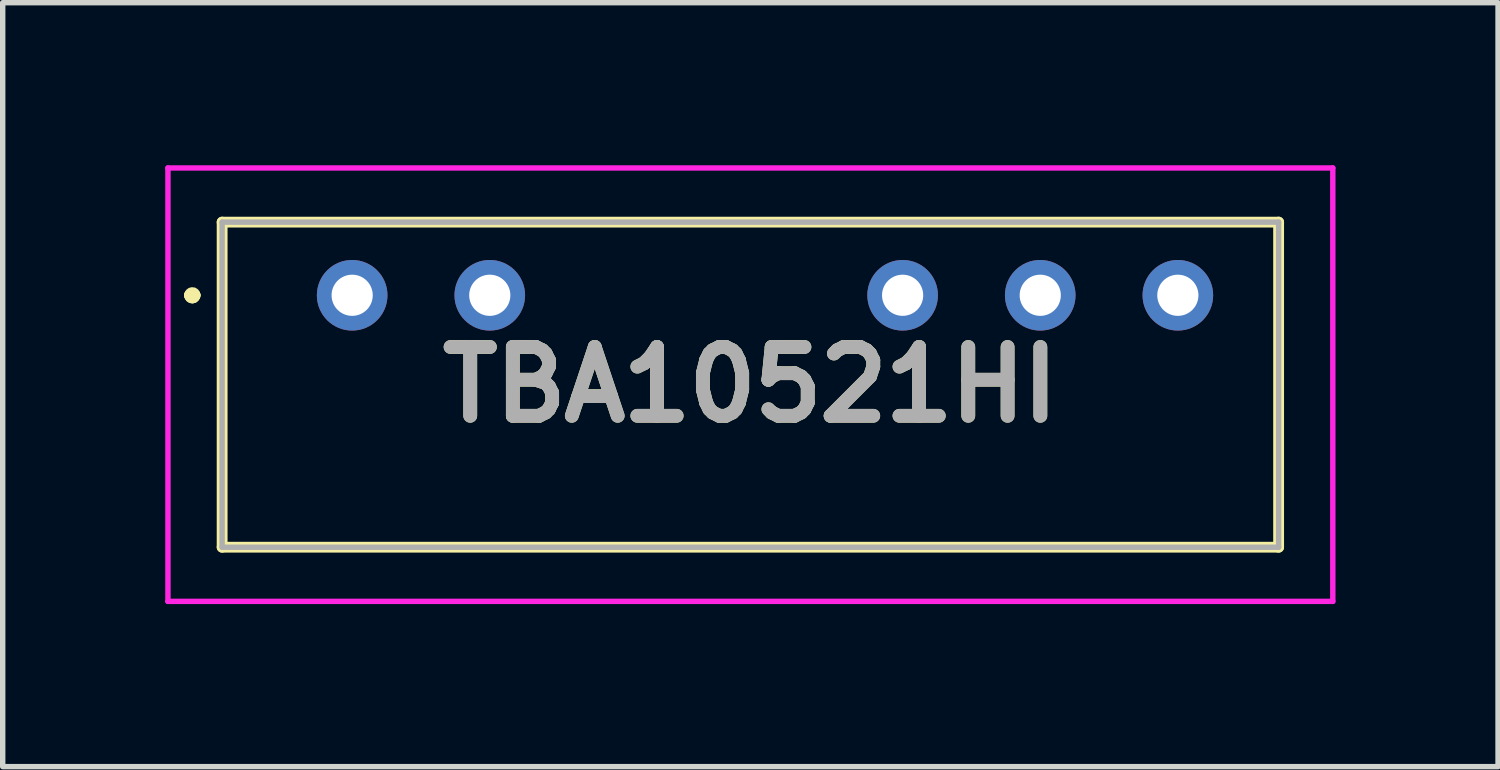
<source format=kicad_pcb>
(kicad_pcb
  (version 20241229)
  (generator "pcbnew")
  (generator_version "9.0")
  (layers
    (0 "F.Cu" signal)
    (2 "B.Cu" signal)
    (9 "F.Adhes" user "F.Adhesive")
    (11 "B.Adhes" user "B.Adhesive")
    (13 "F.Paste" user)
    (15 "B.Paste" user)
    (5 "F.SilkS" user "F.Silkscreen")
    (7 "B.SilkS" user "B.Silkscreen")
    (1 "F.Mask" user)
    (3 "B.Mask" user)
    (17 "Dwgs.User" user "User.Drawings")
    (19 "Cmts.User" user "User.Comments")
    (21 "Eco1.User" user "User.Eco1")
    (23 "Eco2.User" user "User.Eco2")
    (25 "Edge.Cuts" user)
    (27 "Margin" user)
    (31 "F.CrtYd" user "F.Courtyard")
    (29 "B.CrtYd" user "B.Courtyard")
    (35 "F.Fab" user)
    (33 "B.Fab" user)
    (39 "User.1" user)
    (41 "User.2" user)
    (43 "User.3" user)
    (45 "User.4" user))
  (footprint "TBA10521HI"
    (layer "F.Cu")
    (at 3.45 2.4)
    (property "Reference" "TBA10521HI" (at 7.35 1.65 0) (layer "F.SilkS") (effects (font (size 1.27 1.27) (thickness 0.254))))
    (attr through_hole)
    (fp_line (start -3 0) (end -3 0) (stroke (width 0.2) (type solid)) (layer "F.SilkS"))
    (fp_line (start -3 0) (end -3 0) (stroke (width 0.2) (type solid)) (layer "F.SilkS"))
    (fp_line (start -2.9 0) (end -2.9 0) (stroke (width 0.2) (type solid)) (layer "F.SilkS"))
    (fp_line (start -2.4 -1.35) (end 17.1 -1.35) (stroke (width 0.2) (type solid)) (layer "F.SilkS"))
    (fp_line (start -2.4 4.65) (end -2.4 -1.35) (stroke (width 0.2) (type solid)) (layer "F.SilkS"))
    (fp_line (start 17.1 -1.35) (end 17.1 4.65) (stroke (width 0.2) (type solid)) (layer "F.SilkS"))
    (fp_line (start 17.1 4.65) (end -2.4 4.65) (stroke (width 0.2) (type solid)) (layer "F.SilkS"))
    (fp_arc (start -3 0) (mid -2.95 -0.05) (end -2.9 0) (stroke (width 0.2) (type solid)) (layer "F.SilkS"))
    (fp_arc (start -2.9 0) (mid -2.95 0.05) (end -3 0) (stroke (width 0.2) (type solid)) (layer "F.SilkS"))
    (fp_arc (start -2.9 0) (mid -2.95 0.05) (end -3 0) (stroke (width 0.2) (type solid)) (layer "F.SilkS"))
    (fp_line (start -3.4 -2.35) (end -3.4 5.65) (stroke (width 0.1) (type solid)) (layer "F.CrtYd"))
    (fp_line (start -3.4 5.65) (end 18.1 5.65) (stroke (width 0.1) (type solid)) (layer "F.CrtYd"))
    (fp_line (start 18.1 -2.35) (end -3.4 -2.35) (stroke (width 0.1) (type solid)) (layer "F.CrtYd"))
    (fp_line (start 18.1 5.65) (end 18.1 -2.35) (stroke (width 0.1) (type solid)) (layer "F.CrtYd"))
    (fp_line (start -2.4 -1.35) (end 17.1 -1.35) (stroke (width 0.1) (type solid)) (layer "F.Fab"))
    (fp_line (start -2.4 4.65) (end -2.4 -1.35) (stroke (width 0.1) (type solid)) (layer "F.Fab"))
    (fp_line (start 17.1 -1.35) (end 17.1 4.65) (stroke (width 0.1) (type solid)) (layer "F.Fab"))
    (fp_line (start 17.1 4.65) (end -2.4 4.65) (stroke (width 0.1) (type solid)) (layer "F.Fab"))
    (fp_text user "${REFERENCE}" (at 7.35 1.65 0) (layer "F.Fab") (effects (font (size 1.27 1.27) (thickness 0.254))))
    (pad "1" thru_hole circle (at 0 0) (size 1.303 1.303) (drill 0.76) (layers "*.Cu" "*.Mask"))
    (pad "2" thru_hole circle (at 2.54 0) (size 1.303 1.303) (drill 0.76) (layers "*.Cu" "*.Mask"))
    (pad "5" thru_hole circle (at 10.16 0) (size 1.303 1.303) (drill 0.76) (layers "*.Cu" "*.Mask"))
    (pad "6" thru_hole circle (at 12.7 0) (size 1.303 1.303) (drill 0.76) (layers "*.Cu" "*.Mask"))
    (pad "7" thru_hole circle (at 15.24 0) (size 1.303 1.303) (drill 0.76) (layers "*.Cu" "*.Mask")))
  (gr_rect
    (start -3 -3)
    (end 24.6 11.1)
    (stroke (width 0.1) (type default))
    (fill no)
    (layer "Edge.Cuts")))
</source>
